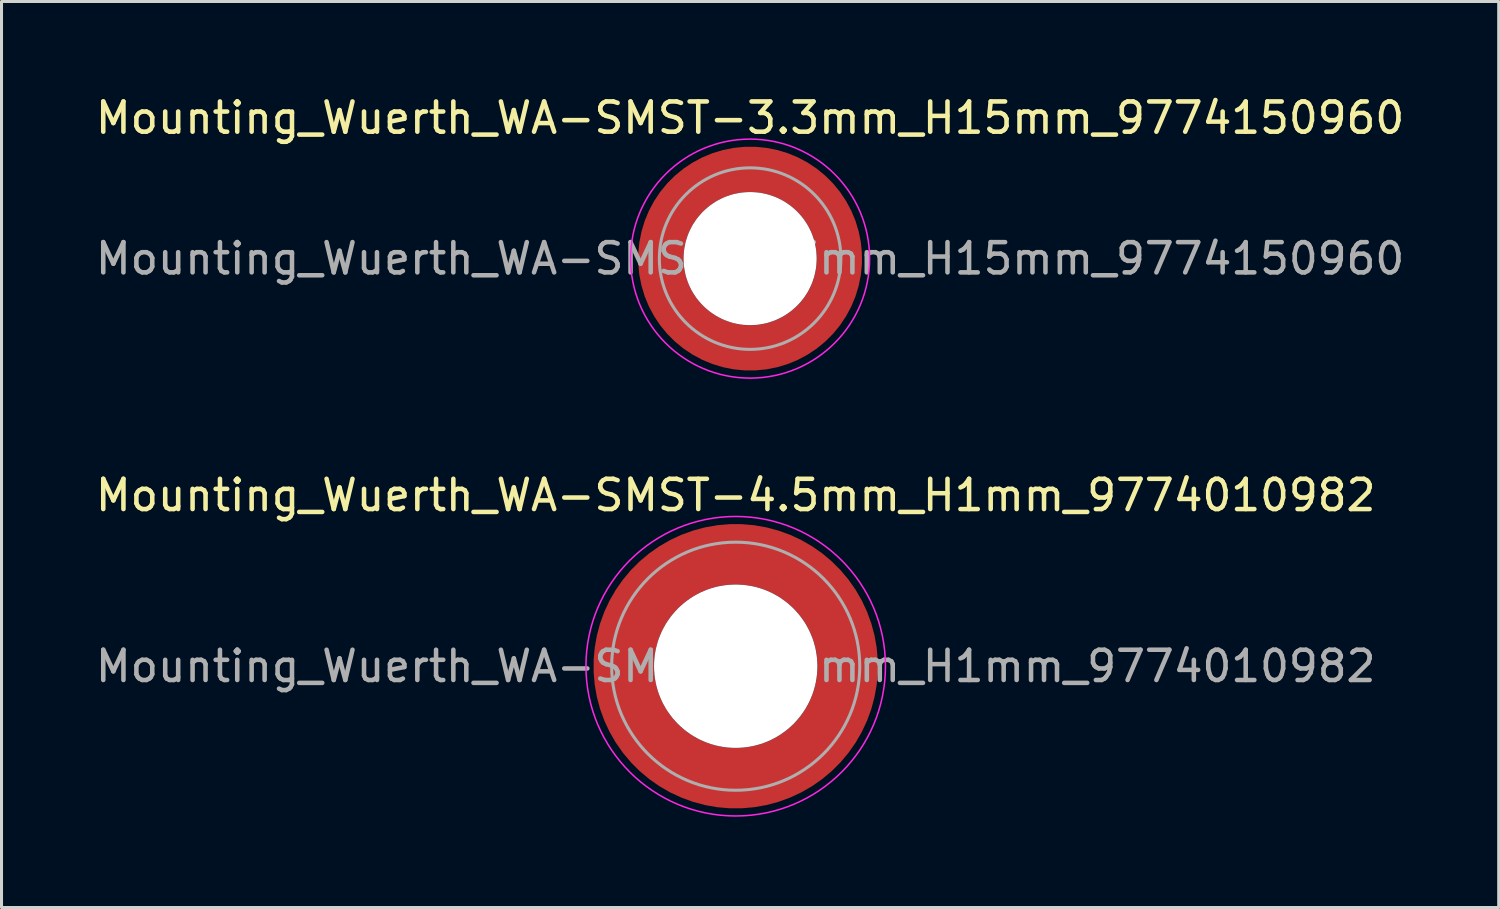
<source format=kicad_pcb>
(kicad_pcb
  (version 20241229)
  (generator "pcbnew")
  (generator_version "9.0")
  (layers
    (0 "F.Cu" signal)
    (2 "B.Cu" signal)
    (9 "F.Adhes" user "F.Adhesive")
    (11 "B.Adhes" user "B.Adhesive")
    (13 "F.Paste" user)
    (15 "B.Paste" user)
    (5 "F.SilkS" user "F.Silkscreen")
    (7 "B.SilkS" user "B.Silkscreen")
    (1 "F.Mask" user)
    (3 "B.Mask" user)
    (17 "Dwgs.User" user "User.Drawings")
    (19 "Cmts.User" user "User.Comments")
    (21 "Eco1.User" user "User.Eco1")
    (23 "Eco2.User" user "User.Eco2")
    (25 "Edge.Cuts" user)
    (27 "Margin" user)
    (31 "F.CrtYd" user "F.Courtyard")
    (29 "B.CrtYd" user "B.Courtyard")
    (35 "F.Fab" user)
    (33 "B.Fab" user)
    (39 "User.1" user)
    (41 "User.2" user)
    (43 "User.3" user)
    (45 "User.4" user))
  (footprint "Mounting_Wuerth_WA-SMST-3.3mm_H15mm_9774150960"
    (layer "F.Cu")
    (at 21.744 5.498)
    (property "Reference" "Mounting_Wuerth_WA-SMST-3.3mm_H15mm_9774150960" (at 0 -4.65 0) (layer "F.SilkS") (effects (font (size 1 1) (thickness 0.15))))
    (attr smd allow_soldermask_bridges)
    (fp_circle (center 0 0) (end 3.95 0) (stroke (width 0.05) (type solid)) (fill no) (layer "F.CrtYd"))
    (fp_circle (center 0 0) (end 3 0) (stroke (width 0.1) (type solid)) (fill no) (layer "F.Fab"))
    (fp_text user "${REFERENCE}" (at 0 0 0) (layer "F.Fab") (effects (font (size 1 1) (thickness 0.15))))
    (pad "" smd custom (at -2.058 -2.058) (size 0.55 0.55) (layers "F.Paste") (options (anchor circle)) (primitives (gr_arc (start -0.377294 1.707681) (mid 0.318198 0.318198) (end 1.707681 -0.377294) (width 0.2)) (gr_arc (start -0.478281 1.707681) (mid 0.247487 0.247487) (end 1.707681 -0.478281) (width 0.2)) (gr_arc (start -0.579192 1.707681) (mid 0.176777 0.176777) (end 1.707681 -0.579192) (width 0.2)) (gr_arc (start -0.680037 1.707681) (mid 0.106066 0.106066) (end 1.707681 -0.680037) (width 0.2)) (gr_arc (start -0.780822 1.707681) (mid 0.035355 0.035355) (end 1.707681 -0.780822) (width 0.2)) (gr_arc (start -0.881554 1.707681) (mid -0.035355 -0.035355) (end 1.707681 -0.881554) (width 0.2)) (gr_arc (start -0.982237 1.707681) (mid -0.106066 -0.106066) (end 1.707681 -0.982237) (width 0.2)) (gr_arc (start -1.082877 1.707681) (mid -0.176777 -0.176777) (end 1.707681 -1.082877) (width 0.2)) (gr_arc (start -1.183476 1.707681) (mid -0.247487 -0.247487) (end 1.707681 -1.183476) (width 0.2)) (gr_arc (start -1.28404 1.707681) (mid -0.318198 -0.318198) (end 1.707681 -1.28404) (width 0.2)) (gr_line (start 1.708 -0.377) (end 1.708 -1.284) (width 0.2)) (gr_line (start -0.377 1.708) (end -1.284 1.708) (width 0.2))))
    (pad "" smd custom (at -2.058 2.058) (size 0.55 0.55) (layers "F.Paste") (options (anchor circle)) (primitives (gr_arc (start 1.707681 0.377294) (mid 0.318198 -0.318198) (end -0.377294 -1.707681) (width 0.2)) (gr_arc (start 1.707681 0.478281) (mid 0.247487 -0.247487) (end -0.478281 -1.707681) (width 0.2)) (gr_arc (start 1.707681 0.579192) (mid 0.176777 -0.176777) (end -0.579192 -1.707681) (width 0.2)) (gr_arc (start 1.707681 0.680037) (mid 0.106066 -0.106066) (end -0.680037 -1.707681) (width 0.2)) (gr_arc (start 1.707681 0.780822) (mid 0.035355 -0.035355) (end -0.780822 -1.707681) (width 0.2)) (gr_arc (start 1.707681 0.881554) (mid -0.035355 0.035355) (end -0.881554 -1.707681) (width 0.2)) (gr_arc (start 1.707681 0.982237) (mid -0.106066 0.106066) (end -0.982237 -1.707681) (width 0.2)) (gr_arc (start 1.707681 1.082877) (mid -0.176777 0.176777) (end -1.082877 -1.707681) (width 0.2)) (gr_arc (start 1.707681 1.183476) (mid -0.247487 0.247487) (end -1.183476 -1.707681) (width 0.2)) (gr_arc (start 1.707681 1.28404) (mid -0.318198 0.318198) (end -1.28404 -1.707681) (width 0.2)) (gr_line (start -0.377 -1.708) (end -1.284 -1.708) (width 0.2)) (gr_line (start 1.708 0.377) (end 1.708 1.284) (width 0.2))))
    (pad "" np_thru_hole circle (at 0 0) (size 4.4 4.4) (drill 4.4) (layers "*.Cu" "*.Mask"))
    (pad "" smd custom (at 2.058 -2.058) (size 0.55 0.55) (layers "F.Paste") (options (anchor circle)) (primitives (gr_arc (start -1.707681 -0.377294) (mid -0.318198 0.318198) (end 0.377294 1.707681) (width 0.2)) (gr_arc (start -1.707681 -0.478281) (mid -0.247487 0.247487) (end 0.478281 1.707681) (width 0.2)) (gr_arc (start -1.707681 -0.579192) (mid -0.176777 0.176777) (end 0.579192 1.707681) (width 0.2)) (gr_arc (start -1.707681 -0.680037) (mid -0.106066 0.106066) (end 0.680037 1.707681) (width 0.2)) (gr_arc (start -1.707681 -0.780822) (mid -0.035355 0.035355) (end 0.780822 1.707681) (width 0.2)) (gr_arc (start -1.707681 -0.881554) (mid 0.035355 -0.035355) (end 0.881554 1.707681) (width 0.2)) (gr_arc (start -1.707681 -0.982237) (mid 0.106066 -0.106066) (end 0.982237 1.707681) (width 0.2)) (gr_arc (start -1.707681 -1.082877) (mid 0.176777 -0.176777) (end 1.082877 1.707681) (width 0.2)) (gr_arc (start -1.707681 -1.183476) (mid 0.247487 -0.247487) (end 1.183476 1.707681) (width 0.2)) (gr_arc (start -1.707681 -1.28404) (mid 0.318198 -0.318198) (end 1.28404 1.707681) (width 0.2)) (gr_line (start 0.377 1.708) (end 1.284 1.708) (width 0.2)) (gr_line (start -1.708 -0.377) (end -1.708 -1.284) (width 0.2))))
    (pad "" smd custom (at 2.058 2.058) (size 0.55 0.55) (layers "F.Paste") (options (anchor circle)) (primitives (gr_arc (start 0.377294 -1.707681) (mid -0.318198 -0.318198) (end -1.707681 0.377294) (width 0.2)) (gr_arc (start 0.478281 -1.707681) (mid -0.247487 -0.247487) (end -1.707681 0.478281) (width 0.2)) (gr_arc (start 0.579192 -1.707681) (mid -0.176777 -0.176777) (end -1.707681 0.579192) (width 0.2)) (gr_arc (start 0.680037 -1.707681) (mid -0.106066 -0.106066) (end -1.707681 0.680037) (width 0.2)) (gr_arc (start 0.780822 -1.707681) (mid -0.035355 -0.035355) (end -1.707681 0.780822) (width 0.2)) (gr_arc (start 0.881554 -1.707681) (mid 0.035355 0.035355) (end -1.707681 0.881554) (width 0.2)) (gr_arc (start 0.982237 -1.707681) (mid 0.106066 0.106066) (end -1.707681 0.982237) (width 0.2)) (gr_arc (start 1.082877 -1.707681) (mid 0.176777 0.176777) (end -1.707681 1.082877) (width 0.2)) (gr_arc (start 1.183476 -1.707681) (mid 0.247487 0.247487) (end -1.707681 1.183476) (width 0.2)) (gr_arc (start 1.28404 -1.707681) (mid 0.318198 0.318198) (end -1.707681 1.28404) (width 0.2)) (gr_line (start -1.708 0.377) (end -1.708 1.284) (width 0.2)) (gr_line (start 0.377 -1.708) (end 1.284 -1.708) (width 0.2))))
    (pad "1" smd circle (at -2.95 0) (size 0.992 0.992) (layers "F.Cu"))
    (pad "1" smd circle (at 0 -2.95) (size 0.992 0.992) (layers "F.Cu"))
    (pad "1" smd circle (at 0 2.95) (size 0.992 0.992) (layers "F.Cu"))
    (pad "1" smd custom (at 2.95 0) (size 1.5 1.5) (layers "F.Cu" "F.Mask") (options (anchor circle)) (primitives (gr_circle (center -2.95 0) (end 0 0) (width 1.5) (fill no)))))
  (footprint "Mounting_Wuerth_WA-SMST-4.5mm_H1mm_9774010982"
    (layer "F.Cu")
    (at 21.268 18.971)
    (property "Reference" "Mounting_Wuerth_WA-SMST-4.5mm_H1mm_9774010982" (at 0 -5.65 0) (layer "F.SilkS") (effects (font (size 1 1) (thickness 0.15))))
    (attr smd allow_soldermask_bridges)
    (fp_circle (center 0 0) (end 4.95 0) (stroke (width 0.05) (type solid)) (fill no) (layer "F.CrtYd"))
    (fp_circle (center 0 0) (end 4.1 0) (stroke (width 0.1) (type solid)) (fill no) (layer "F.Fab"))
    (fp_text user "${REFERENCE}" (at 0 0 0) (layer "F.Fab") (effects (font (size 1 1) (thickness 0.15))))
    (pad "" smd custom (at -2.607 -2.607) (size 0.948 0.948) (layers "F.Paste") (options (anchor circle)) (primitives (gr_arc (start -0.188183 2.107456) (mid 0.599273 0.599273) (end 2.107456 -0.188183) (width 0.2)) (gr_arc (start -0.289416 2.107456) (mid 0.52877 0.52877) (end 2.107456 -0.289416) (width 0.2)) (gr_arc (start -0.390547 2.107456) (mid 0.458268 0.458268) (end 2.107456 -0.390547) (width 0.2)) (gr_arc (start -0.491585 2.107456) (mid 0.387765 0.387765) (end 2.107456 -0.491585) (width 0.2)) (gr_arc (start -0.59254 2.107456) (mid 0.317262 0.317262) (end 2.107456 -0.59254) (width 0.2)) (gr_arc (start -0.693419 2.107456) (mid 0.246759 0.246759) (end 2.107456 -0.693419) (width 0.2)) (gr_arc (start -0.794229 2.107456) (mid 0.176257 0.176257) (end 2.107456 -0.794229) (width 0.2)) (gr_arc (start -0.894975 2.107456) (mid 0.105754 0.105754) (end 2.107456 -0.894975) (width 0.2)) (gr_arc (start -0.995664 2.107456) (mid 0.035251 0.035251) (end 2.107456 -0.995664) (width 0.2)) (gr_arc (start -1.0963 2.107456) (mid -0.035251 -0.035251) (end 2.107456 -1.0963) (width 0.2)) (gr_arc (start -1.196886 2.107456) (mid -0.105754 -0.105754) (end 2.107456 -1.196886) (width 0.2)) (gr_arc (start -1.297427 2.107456) (mid -0.176257 -0.176257) (end 2.107456 -1.297427) (width 0.2)) (gr_arc (start -1.397927 2.107456) (mid -0.246759 -0.246759) (end 2.107456 -1.397927) (width 0.2)) (gr_arc (start -1.498388 2.107456) (mid -0.317262 -0.317262) (end 2.107456 -1.498388) (width 0.2)) (gr_arc (start -1.598813 2.107456) (mid -0.387765 -0.387765) (end 2.107456 -1.598813) (width 0.2)) (gr_arc (start -1.699204 2.107456) (mid -0.458268 -0.458268) (end 2.107456 -1.699204) (width 0.2)) (gr_arc (start -1.799565 2.107456) (mid -0.52877 -0.52877) (end 2.107456 -1.799565) (width 0.2)) (gr_arc (start -1.899896 2.107456) (mid -0.599273 -0.599273) (end 2.107456 -1.899896) (width 0.2)) (gr_arc (start -1.899896 2.107456) (mid -0.599273 -0.599273) (end 2.107456 -1.899896) (width 0.2)) (gr_line (start 2.107 -0.188) (end 2.107 -1.9) (width 0.2)) (gr_line (start -0.188 2.107) (end -1.9 2.107) (width 0.2))))
    (pad "" smd custom (at -2.607 2.607) (size 0.948 0.948) (layers "F.Paste") (options (anchor circle)) (primitives (gr_arc (start 2.107456 0.188183) (mid 0.599273 -0.599273) (end -0.188183 -2.107456) (width 0.2)) (gr_arc (start 2.107456 0.289416) (mid 0.52877 -0.52877) (end -0.289416 -2.107456) (width 0.2)) (gr_arc (start 2.107456 0.390547) (mid 0.458268 -0.458268) (end -0.390547 -2.107456) (width 0.2)) (gr_arc (start 2.107456 0.491585) (mid 0.387765 -0.387765) (end -0.491585 -2.107456) (width 0.2)) (gr_arc (start 2.107456 0.59254) (mid 0.317262 -0.317262) (end -0.59254 -2.107456) (width 0.2)) (gr_arc (start 2.107456 0.693419) (mid 0.246759 -0.246759) (end -0.693419 -2.107456) (width 0.2)) (gr_arc (start 2.107456 0.794229) (mid 0.176257 -0.176257) (end -0.794229 -2.107456) (width 0.2)) (gr_arc (start 2.107456 0.894975) (mid 0.105754 -0.105754) (end -0.894975 -2.107456) (width 0.2)) (gr_arc (start 2.107456 0.995664) (mid 0.035251 -0.035251) (end -0.995664 -2.107456) (width 0.2)) (gr_arc (start 2.107456 1.0963) (mid -0.035251 0.035251) (end -1.0963 -2.107456) (width 0.2)) (gr_arc (start 2.107456 1.196886) (mid -0.105754 0.105754) (end -1.196886 -2.107456) (width 0.2)) (gr_arc (start 2.107456 1.297427) (mid -0.176257 0.176257) (end -1.297427 -2.107456) (width 0.2)) (gr_arc (start 2.107456 1.397927) (mid -0.246759 0.246759) (end -1.397927 -2.107456) (width 0.2)) (gr_arc (start 2.107456 1.498388) (mid -0.317262 0.317262) (end -1.498388 -2.107456) (width 0.2)) (gr_arc (start 2.107456 1.598813) (mid -0.387765 0.387765) (end -1.598813 -2.107456) (width 0.2)) (gr_arc (start 2.107456 1.699204) (mid -0.458268 0.458268) (end -1.699204 -2.107456) (width 0.2)) (gr_arc (start 2.107456 1.799565) (mid -0.52877 0.52877) (end -1.799565 -2.107456) (width 0.2)) (gr_arc (start 2.107456 1.899896) (mid -0.599273 0.599273) (end -1.899896 -2.107456) (width 0.2)) (gr_arc (start 2.107456 1.899896) (mid -0.599273 0.599273) (end -1.899896 -2.107456) (width 0.2)) (gr_line (start -0.188 -2.107) (end -1.9 -2.107) (width 0.2)) (gr_line (start 2.107 0.188) (end 2.107 1.9) (width 0.2))))
    (pad "" np_thru_hole circle (at 0 0) (size 5.4 5.4) (drill 5.4) (layers "*.Cu" "*.Mask"))
    (pad "" smd custom (at 2.607 -2.607) (size 0.948 0.948) (layers "F.Paste") (options (anchor circle)) (primitives (gr_arc (start -2.107456 -0.188183) (mid -0.599273 0.599273) (end 0.188183 2.107456) (width 0.2)) (gr_arc (start -2.107456 -0.289416) (mid -0.52877 0.52877) (end 0.289416 2.107456) (width 0.2)) (gr_arc (start -2.107456 -0.390547) (mid -0.458268 0.458268) (end 0.390547 2.107456) (width 0.2)) (gr_arc (start -2.107456 -0.491585) (mid -0.387765 0.387765) (end 0.491585 2.107456) (width 0.2)) (gr_arc (start -2.107456 -0.59254) (mid -0.317262 0.317262) (end 0.59254 2.107456) (width 0.2)) (gr_arc (start -2.107456 -0.693419) (mid -0.246759 0.246759) (end 0.693419 2.107456) (width 0.2)) (gr_arc (start -2.107456 -0.794229) (mid -0.176257 0.176257) (end 0.794229 2.107456) (width 0.2)) (gr_arc (start -2.107456 -0.894975) (mid -0.105754 0.105754) (end 0.894975 2.107456) (width 0.2)) (gr_arc (start -2.107456 -0.995664) (mid -0.035251 0.035251) (end 0.995664 2.107456) (width 0.2)) (gr_arc (start -2.107456 -1.0963) (mid 0.035251 -0.035251) (end 1.0963 2.107456) (width 0.2)) (gr_arc (start -2.107456 -1.196886) (mid 0.105754 -0.105754) (end 1.196886 2.107456) (width 0.2)) (gr_arc (start -2.107456 -1.297427) (mid 0.176257 -0.176257) (end 1.297427 2.107456) (width 0.2)) (gr_arc (start -2.107456 -1.397927) (mid 0.246759 -0.246759) (end 1.397927 2.107456) (width 0.2)) (gr_arc (start -2.107456 -1.498388) (mid 0.317262 -0.317262) (end 1.498388 2.107456) (width 0.2)) (gr_arc (start -2.107456 -1.598813) (mid 0.387765 -0.387765) (end 1.598813 2.107456) (width 0.2)) (gr_arc (start -2.107456 -1.699204) (mid 0.458268 -0.458268) (end 1.699204 2.107456) (width 0.2)) (gr_arc (start -2.107456 -1.799565) (mid 0.52877 -0.52877) (end 1.799565 2.107456) (width 0.2)) (gr_arc (start -2.107456 -1.899896) (mid 0.599273 -0.599273) (end 1.899896 2.107456) (width 0.2)) (gr_arc (start -2.107456 -1.899896) (mid 0.599273 -0.599273) (end 1.899896 2.107456) (width 0.2)) (gr_line (start 0.188 2.107) (end 1.9 2.107) (width 0.2)) (gr_line (start -2.107 -0.188) (end -2.107 -1.9) (width 0.2))))
    (pad "" smd custom (at 2.607 2.607) (size 0.948 0.948) (layers "F.Paste") (options (anchor circle)) (primitives (gr_arc (start 0.188183 -2.107456) (mid -0.599273 -0.599273) (end -2.107456 0.188183) (width 0.2)) (gr_arc (start 0.289416 -2.107456) (mid -0.52877 -0.52877) (end -2.107456 0.289416) (width 0.2)) (gr_arc (start 0.390547 -2.107456) (mid -0.458268 -0.458268) (end -2.107456 0.390547) (width 0.2)) (gr_arc (start 0.491585 -2.107456) (mid -0.387765 -0.387765) (end -2.107456 0.491585) (width 0.2)) (gr_arc (start 0.59254 -2.107456) (mid -0.317262 -0.317262) (end -2.107456 0.59254) (width 0.2)) (gr_arc (start 0.693419 -2.107456) (mid -0.246759 -0.246759) (end -2.107456 0.693419) (width 0.2)) (gr_arc (start 0.794229 -2.107456) (mid -0.176257 -0.176257) (end -2.107456 0.794229) (width 0.2)) (gr_arc (start 0.894975 -2.107456) (mid -0.105754 -0.105754) (end -2.107456 0.894975) (width 0.2)) (gr_arc (start 0.995664 -2.107456) (mid -0.035251 -0.035251) (end -2.107456 0.995664) (width 0.2)) (gr_arc (start 1.0963 -2.107456) (mid 0.035251 0.035251) (end -2.107456 1.0963) (width 0.2)) (gr_arc (start 1.196886 -2.107456) (mid 0.105754 0.105754) (end -2.107456 1.196886) (width 0.2)) (gr_arc (start 1.297427 -2.107456) (mid 0.176257 0.176257) (end -2.107456 1.297427) (width 0.2)) (gr_arc (start 1.397927 -2.107456) (mid 0.246759 0.246759) (end -2.107456 1.397927) (width 0.2)) (gr_arc (start 1.498388 -2.107456) (mid 0.317262 0.317262) (end -2.107456 1.498388) (width 0.2)) (gr_arc (start 1.598813 -2.107456) (mid 0.387765 0.387765) (end -2.107456 1.598813) (width 0.2)) (gr_arc (start 1.699204 -2.107456) (mid 0.458268 0.458268) (end -2.107456 1.699204) (width 0.2)) (gr_arc (start 1.799565 -2.107456) (mid 0.52877 0.52877) (end -2.107456 1.799565) (width 0.2)) (gr_arc (start 1.899896 -2.107456) (mid 0.599273 0.599273) (end -2.107456 1.899896) (width 0.2)) (gr_arc (start 1.899896 -2.107456) (mid 0.599273 0.599273) (end -2.107456 1.899896) (width 0.2)) (gr_line (start -2.107 0.188) (end -2.107 1.9) (width 0.2)) (gr_line (start 0.188 -2.107) (end 1.9 -2.107) (width 0.2))))
    (pad "1" smd circle (at -3.7 0) (size 1.492 1.492) (layers "F.Cu"))
    (pad "1" smd circle (at 0 -3.7) (size 1.492 1.492) (layers "F.Cu"))
    (pad "1" smd circle (at 0 3.7) (size 1.492 1.492) (layers "F.Cu"))
    (pad "1" smd custom (at 3.7 0) (size 2 2) (layers "F.Cu" "F.Mask") (options (anchor circle)) (primitives (gr_circle (center -3.7 0) (end 0 0) (width 2) (fill no)))))
  (gr_rect
    (start -3 -3)
    (end 46.488 26.947)
    (stroke (width 0.1) (type default))
    (fill no)
    (layer "Edge.Cuts")))
</source>
